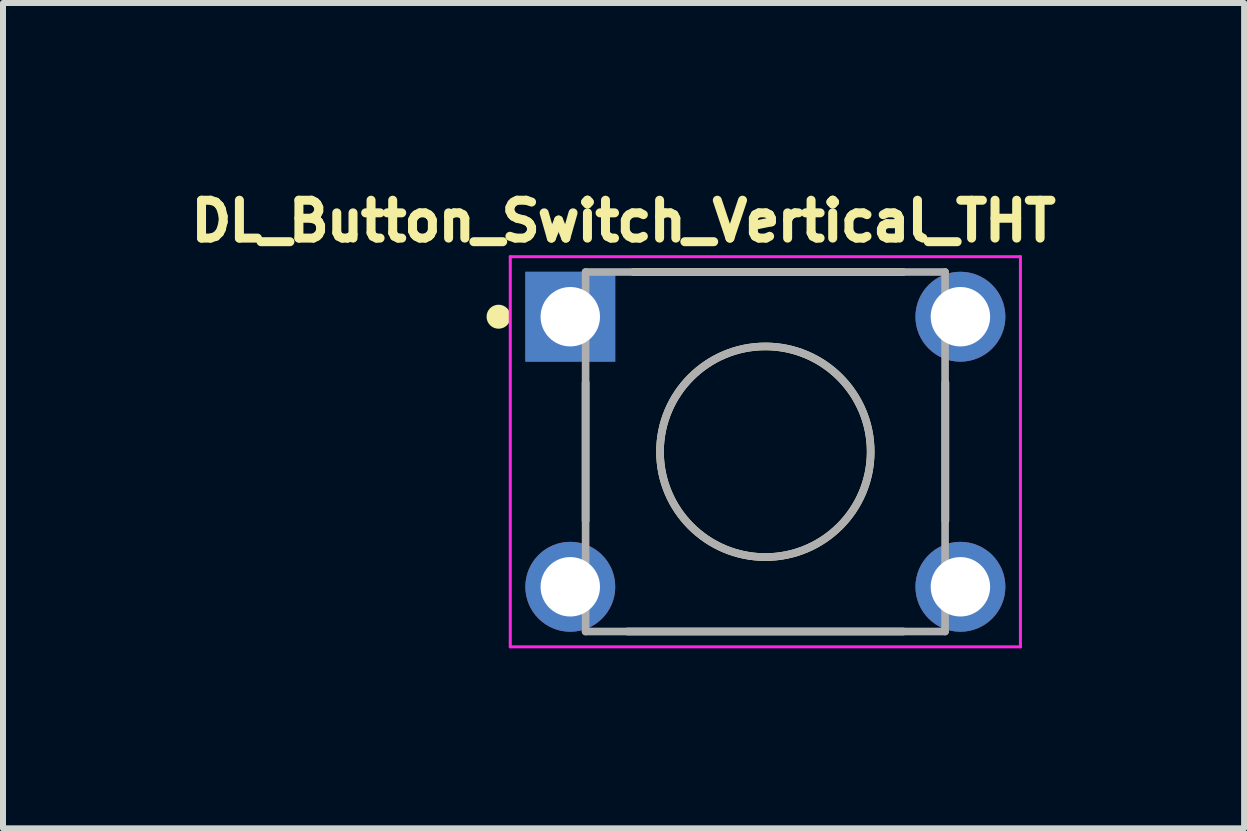
<source format=kicad_pcb>
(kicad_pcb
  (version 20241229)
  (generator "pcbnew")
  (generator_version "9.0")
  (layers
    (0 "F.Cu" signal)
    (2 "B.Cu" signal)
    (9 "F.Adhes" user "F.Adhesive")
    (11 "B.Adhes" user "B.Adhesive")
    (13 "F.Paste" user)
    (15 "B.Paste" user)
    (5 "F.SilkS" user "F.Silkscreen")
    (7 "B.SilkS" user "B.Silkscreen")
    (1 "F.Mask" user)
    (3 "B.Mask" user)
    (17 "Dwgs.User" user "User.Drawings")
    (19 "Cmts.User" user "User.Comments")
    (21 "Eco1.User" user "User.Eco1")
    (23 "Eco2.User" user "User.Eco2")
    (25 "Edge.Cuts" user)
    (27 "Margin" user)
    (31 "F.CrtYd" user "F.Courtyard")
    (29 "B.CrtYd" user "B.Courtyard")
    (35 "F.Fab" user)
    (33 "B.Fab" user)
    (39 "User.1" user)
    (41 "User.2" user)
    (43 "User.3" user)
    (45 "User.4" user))
  (footprint "DL_Button_Switch_Vertical_THT"
    (layer "F.Cu")
    (at 9.702 4.477)
    (property "Reference" "DL_Button_Switch_Vertical_THT" (at -2.363 -3.844 0) (layer "F.SilkS") (effects (font (size 0.631 0.631) (thickness 0.15))))
    (attr through_hole)
    (fp_line (start -2.995 -1.15) (end -2.995 1.15) (stroke (width 0.127) (type solid)) (layer "F.SilkS"))
    (fp_line (start -2.2 -2.995) (end 2.3 -2.995) (stroke (width 0.127) (type solid)) (layer "F.SilkS"))
    (fp_line (start 2.3 2.995) (end -2.3 2.995) (stroke (width 0.127) (type solid)) (layer "F.SilkS"))
    (fp_line (start 3 -1.15) (end 3 1.15) (stroke (width 0.127) (type solid)) (layer "F.SilkS"))
    (fp_circle (center -4.445 -2.25) (end -4.345 -2.25) (stroke (width 0.2) (type solid)) (fill no) (layer "F.SilkS"))
    (fp_circle (center 0 0) (end 1.755 0) (stroke (width 0.127) (type solid)) (fill no) (layer "F.SilkS"))
    (fp_line (start -4.25 -3.25) (end -4.25 3.25) (stroke (width 0.05) (type solid)) (layer "F.CrtYd"))
    (fp_line (start -4.25 3.25) (end 4.25 3.25) (stroke (width 0.05) (type solid)) (layer "F.CrtYd"))
    (fp_line (start 4.25 -3.25) (end -4.25 -3.25) (stroke (width 0.05) (type solid)) (layer "F.CrtYd"))
    (fp_line (start 4.25 3.25) (end 4.25 -3.25) (stroke (width 0.05) (type solid)) (layer "F.CrtYd"))
    (fp_line (start -2.995 -2.995) (end -2.995 2.995) (stroke (width 0.127) (type solid)) (layer "F.Fab"))
    (fp_line (start -2.995 2.995) (end 2.995 2.995) (stroke (width 0.127) (type solid)) (layer "F.Fab"))
    (fp_line (start 2.995 -2.995) (end -2.995 -2.995) (stroke (width 0.127) (type solid)) (layer "F.Fab"))
    (fp_line (start 2.995 2.995) (end 2.995 -2.995) (stroke (width 0.127) (type solid)) (layer "F.Fab"))
    (fp_circle (center 0 0) (end 1.755 0) (stroke (width 0.127) (type solid)) (fill no) (layer "F.Fab"))
    (pad "1" thru_hole rect (at -3.25 -2.25) (size 1.498 1.498) (drill 0.99) (layers "*.Cu" "*.Mask"))
    (pad "2" thru_hole circle (at 3.25 -2.25) (size 1.498 1.498) (drill 0.99) (layers "*.Cu" "*.Mask"))
    (pad "3" thru_hole circle (at -3.25 2.25) (size 1.498 1.498) (drill 0.99) (layers "*.Cu" "*.Mask"))
    (pad "4" thru_hole circle (at 3.25 2.25) (size 1.498 1.498) (drill 0.99) (layers "*.Cu" "*.Mask")))
  (gr_rect
    (start -3 -3)
    (end 17.679 10.752)
    (stroke (width 0.1) (type default))
    (fill no)
    (layer "Edge.Cuts")))
</source>
